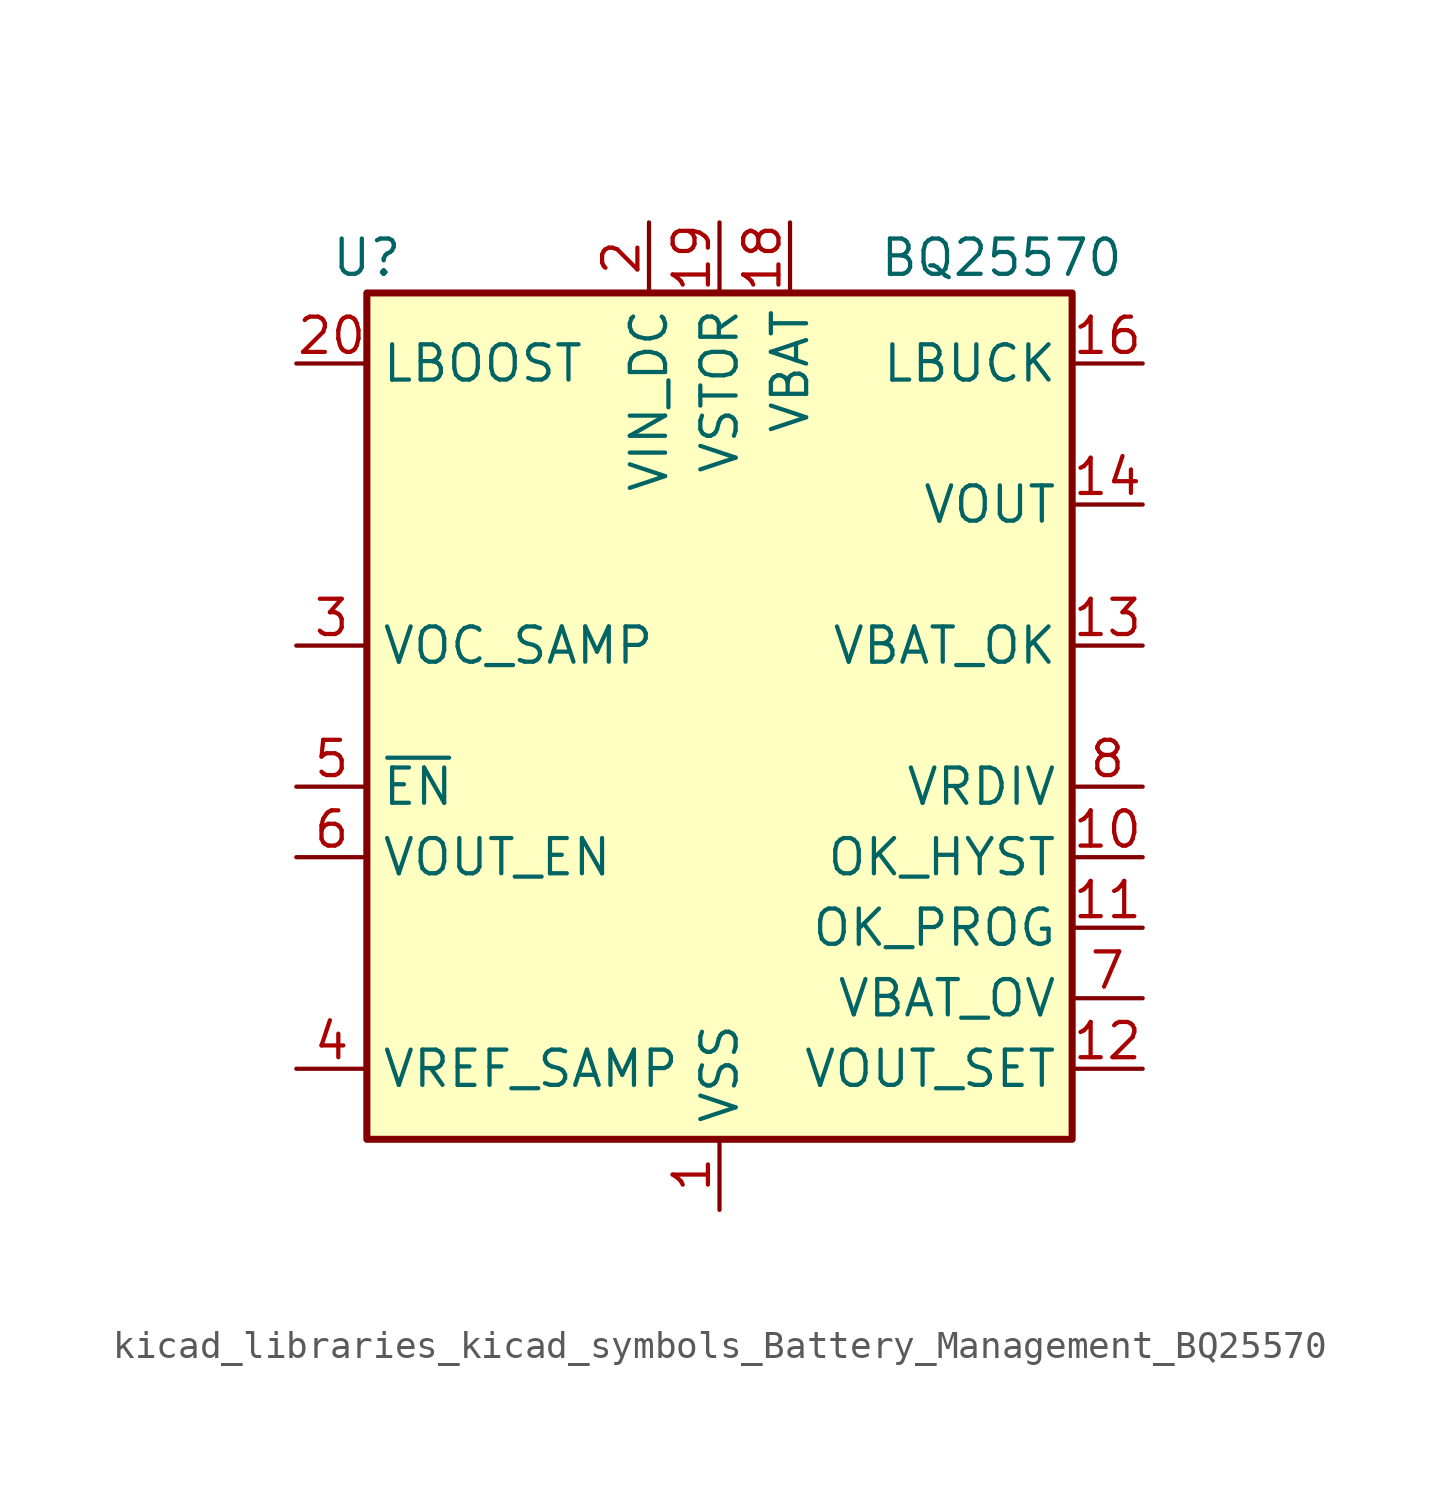
<source format=kicad_sym>
(kicad_symbol_lib
  (version 20220914)
  (generator kicad_symbol_editor)
  (symbol "kicad_libraries_kicad_symbols_Battery_Management_BQ25570"
    (property "Reference" "U"
      (at -12.7 16.51 0)
      (effects (font (size 1.27 1.27))))
    (property "Value" "BQ25570"
      (at 10.16 16.51 0)
      (effects (font (size 1.27 1.27))))
    (symbol "kicad_libraries_kicad_symbols_Battery_Management_BQ25570_0_1"
      (rectangle (start -12.7 15.24) (end 12.7 -15.24) (stroke (width 0.254) (type default)) (fill (type background))))
    (symbol "kicad_libraries_kicad_symbols_Battery_Management_BQ25570_1_1"
      (pin power_in line (at 0 -17.78 90) (length 2.54) (name "VSS" (effects (font (size 1.27 1.27)))) (number "1" (effects (font (size 1.27 1.27)))))
      (pin input line (at 15.24 -5.08 180) (length 2.54) (name "OK_HYST" (effects (font (size 1.27 1.27)))) (number "10" (effects (font (size 1.27 1.27)))))
      (pin input line (at 15.24 -7.62 180) (length 2.54) (name "OK_PROG" (effects (font (size 1.27 1.27)))) (number "11" (effects (font (size 1.27 1.27)))))
      (pin input line (at 15.24 -12.7 180) (length 2.54) (name "VOUT_SET" (effects (font (size 1.27 1.27)))) (number "12" (effects (font (size 1.27 1.27)))))
      (pin output line (at 15.24 2.54 180) (length 2.54) (name "VBAT_OK" (effects (font (size 1.27 1.27)))) (number "13" (effects (font (size 1.27 1.27)))))
      (pin input line (at 15.24 7.62 180) (length 2.54) (name "VOUT" (effects (font (size 1.27 1.27)))) (number "14" (effects (font (size 1.27 1.27)))))
      (pin passive line (at 0 -17.78 90) (length 2.54) hide (name "VSS" (effects (font (size 1.27 1.27)))) (number "15" (effects (font (size 1.27 1.27)))))
      (pin passive line (at 15.24 12.7 180) (length 2.54) (name "LBUCK" (effects (font (size 1.27 1.27)))) (number "16" (effects (font (size 1.27 1.27)))))
      (pin passive line (at 0 -17.78 90) (length 2.54) hide (name "VSS" (effects (font (size 1.27 1.27)))) (number "17" (effects (font (size 1.27 1.27)))))
      (pin power_in line (at 2.54 17.78 270) (length 2.54) (name "VBAT" (effects (font (size 1.27 1.27)))) (number "18" (effects (font (size 1.27 1.27)))))
      (pin power_out line (at 0 17.78 270) (length 2.54) (name "VSTOR" (effects (font (size 1.27 1.27)))) (number "19" (effects (font (size 1.27 1.27)))))
      (pin power_in line (at -2.54 17.78 270) (length 2.54) (name "VIN_DC" (effects (font (size 1.27 1.27)))) (number "2" (effects (font (size 1.27 1.27)))))
      (pin passive line (at -15.24 12.7 0) (length 2.54) (name "LBOOST" (effects (font (size 1.27 1.27)))) (number "20" (effects (font (size 1.27 1.27)))))
      (pin passive line (at 0 -17.78 90) (length 2.54) hide (name "VSS" (effects (font (size 1.27 1.27)))) (number "21" (effects (font (size 1.27 1.27)))))
      (pin input line (at -15.24 2.54 0) (length 2.54) (name "VOC_SAMP" (effects (font (size 1.27 1.27)))) (number "3" (effects (font (size 1.27 1.27)))))
      (pin passive line (at -15.24 -12.7 0) (length 2.54) (name "VREF_SAMP" (effects (font (size 1.27 1.27)))) (number "4" (effects (font (size 1.27 1.27)))))
      (pin input line (at -15.24 -2.54 0) (length 2.54) (name "~{EN}" (effects (font (size 1.27 1.27)))) (number "5" (effects (font (size 1.27 1.27)))))
      (pin input line (at -15.24 -5.08 0) (length 2.54) (name "VOUT_EN" (effects (font (size 1.27 1.27)))) (number "6" (effects (font (size 1.27 1.27)))))
      (pin input line (at 15.24 -10.16 180) (length 2.54) (name "VBAT_OV" (effects (font (size 1.27 1.27)))) (number "7" (effects (font (size 1.27 1.27)))))
      (pin output line (at 15.24 -2.54 180) (length 2.54) (name "VRDIV" (effects (font (size 1.27 1.27)))) (number "8" (effects (font (size 1.27 1.27)))))
      (pin passive line (at 0 -17.78 90) (length 2.54) hide (name "VSS" (effects (font (size 1.27 1.27)))) (number "9" (effects (font (size 1.27 1.27))))))))
</source>
